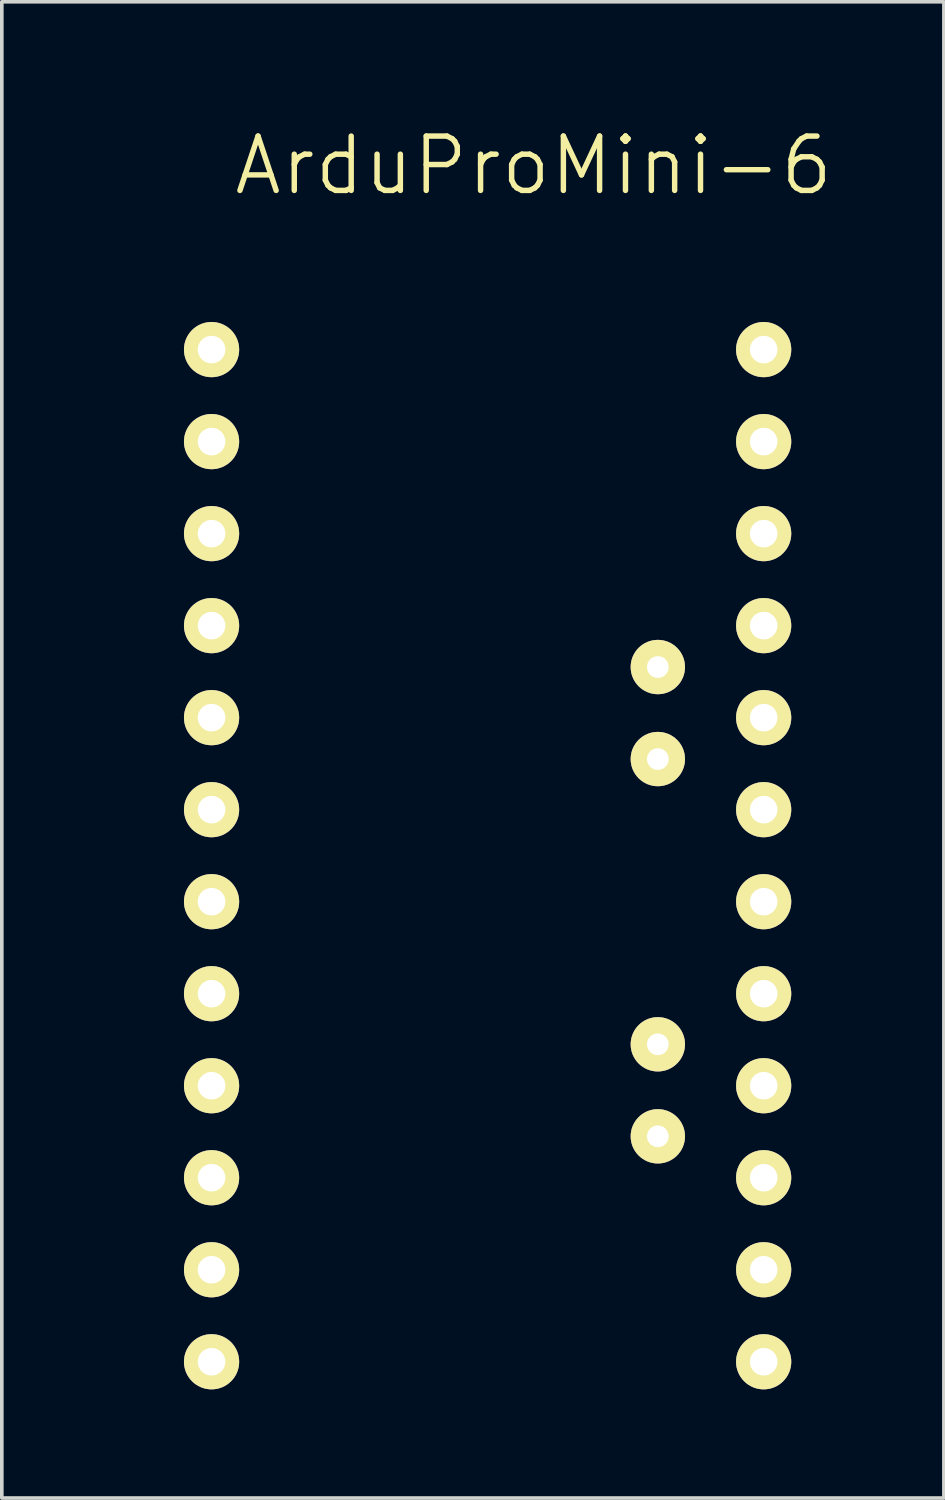
<source format=kicad_pcb>
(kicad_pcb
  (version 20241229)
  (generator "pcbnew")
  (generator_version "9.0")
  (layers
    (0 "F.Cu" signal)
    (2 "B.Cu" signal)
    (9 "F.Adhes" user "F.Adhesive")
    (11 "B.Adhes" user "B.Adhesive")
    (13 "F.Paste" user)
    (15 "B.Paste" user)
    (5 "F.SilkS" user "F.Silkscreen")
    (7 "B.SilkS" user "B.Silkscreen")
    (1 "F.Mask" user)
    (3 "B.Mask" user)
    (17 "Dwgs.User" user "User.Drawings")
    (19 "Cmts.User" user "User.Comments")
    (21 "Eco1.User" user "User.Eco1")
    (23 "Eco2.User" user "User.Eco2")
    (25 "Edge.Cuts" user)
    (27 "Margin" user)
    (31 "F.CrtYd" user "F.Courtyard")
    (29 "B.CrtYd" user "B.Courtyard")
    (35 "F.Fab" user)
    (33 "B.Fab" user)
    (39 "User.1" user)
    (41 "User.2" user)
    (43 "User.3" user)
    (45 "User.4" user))
  (footprint "ArduProMini-6"
    (layer "F.Cu")
    (at 0.25 0.25)
    (property "Reference" "ArduProMini-6" (at 11.43 1.27 0) (layer "F.SilkS") (effects (font (size 1.5 1.5) (thickness 0.15))))
    (attr through_hole)
    (pad "7" thru_hole circle (at 2.54 6.35) (size 1.524 1.524) (drill 0.762) (layers "*.Cu" "*.Mask" "F.SilkS"))
    (pad "8" thru_hole circle (at 2.54 8.89) (size 1.524 1.524) (drill 0.762) (layers "*.Cu" "*.Mask" "F.SilkS"))
    (pad "9" thru_hole circle (at 2.54 11.43) (size 1.524 1.524) (drill 0.762) (layers "*.Cu" "*.Mask" "F.SilkS"))
    (pad "10" thru_hole circle (at 2.54 13.97) (size 1.524 1.524) (drill 0.762) (layers "*.Cu" "*.Mask" "F.SilkS"))
    (pad "11" thru_hole circle (at 2.54 16.51) (size 1.524 1.524) (drill 0.762) (layers "*.Cu" "*.Mask" "F.SilkS"))
    (pad "12" thru_hole circle (at 2.54 19.05) (size 1.524 1.524) (drill 0.762) (layers "*.Cu" "*.Mask" "F.SilkS"))
    (pad "13" thru_hole circle (at 2.54 21.59) (size 1.524 1.524) (drill 0.762) (layers "*.Cu" "*.Mask" "F.SilkS"))
    (pad "14" thru_hole circle (at 2.54 24.13) (size 1.524 1.524) (drill 0.762) (layers "*.Cu" "*.Mask" "F.SilkS"))
    (pad "15" thru_hole circle (at 2.54 26.67) (size 1.524 1.524) (drill 0.762) (layers "*.Cu" "*.Mask" "F.SilkS"))
    (pad "16" thru_hole circle (at 2.54 29.21) (size 1.524 1.524) (drill 0.762) (layers "*.Cu" "*.Mask" "F.SilkS"))
    (pad "17" thru_hole circle (at 2.54 31.75) (size 1.524 1.524) (drill 0.762) (layers "*.Cu" "*.Mask" "F.SilkS"))
    (pad "18" thru_hole circle (at 2.54 34.29) (size 1.524 1.524) (drill 0.762) (layers "*.Cu" "*.Mask" "F.SilkS"))
    (pad "19" thru_hole circle (at 17.78 6.35) (size 1.524 1.524) (drill 0.762) (layers "*.Cu" "*.Mask" "F.SilkS"))
    (pad "20" thru_hole circle (at 17.78 8.89) (size 1.524 1.524) (drill 0.762) (layers "*.Cu" "*.Mask" "F.SilkS"))
    (pad "21" thru_hole circle (at 17.78 11.43) (size 1.524 1.524) (drill 0.762) (layers "*.Cu" "*.Mask" "F.SilkS"))
    (pad "22" thru_hole circle (at 17.78 13.97) (size 1.524 1.524) (drill 0.762) (layers "*.Cu" "*.Mask" "F.SilkS"))
    (pad "23" thru_hole circle (at 17.78 16.51) (size 1.524 1.524) (drill 0.762) (layers "*.Cu" "*.Mask" "F.SilkS"))
    (pad "24" thru_hole circle (at 17.78 19.05) (size 1.524 1.524) (drill 0.762) (layers "*.Cu" "*.Mask" "F.SilkS"))
    (pad "25" thru_hole circle (at 17.78 21.59) (size 1.524 1.524) (drill 0.762) (layers "*.Cu" "*.Mask" "F.SilkS"))
    (pad "26" thru_hole circle (at 17.78 24.13) (size 1.524 1.524) (drill 0.762) (layers "*.Cu" "*.Mask" "F.SilkS"))
    (pad "27" thru_hole circle (at 17.78 26.67) (size 1.524 1.524) (drill 0.762) (layers "*.Cu" "*.Mask" "F.SilkS"))
    (pad "28" thru_hole circle (at 17.78 29.21) (size 1.524 1.524) (drill 0.762) (layers "*.Cu" "*.Mask" "F.SilkS"))
    (pad "29" thru_hole circle (at 17.78 31.75) (size 1.524 1.524) (drill 0.762) (layers "*.Cu" "*.Mask" "F.SilkS"))
    (pad "30" thru_hole circle (at 17.78 34.29) (size 1.524 1.524) (drill 0.762) (layers "*.Cu" "*.Mask" "F.SilkS"))
    (pad "31" thru_hole circle (at 14.859 15.113) (size 1.5 1.5) (drill 0.6) (layers "*.Cu" "*.Mask" "F.SilkS"))
    (pad "32" thru_hole circle (at 14.859 17.653) (size 1.5 1.5) (drill 0.6) (layers "*.Cu" "*.Mask" "F.SilkS"))
    (pad "34" thru_hole circle (at 14.859 25.527) (size 1.5 1.5) (drill 0.6) (layers "*.Cu" "*.Mask" "F.SilkS"))
    (pad "35" thru_hole circle (at 14.859 28.067) (size 1.5 1.5) (drill 0.6) (layers "*.Cu" "*.Mask" "F.SilkS")))
  (gr_rect
    (start -3 -3)
    (end 23.005 38.302)
    (stroke (width 0.1) (type default))
    (fill no)
    (layer "Edge.Cuts")))
</source>
